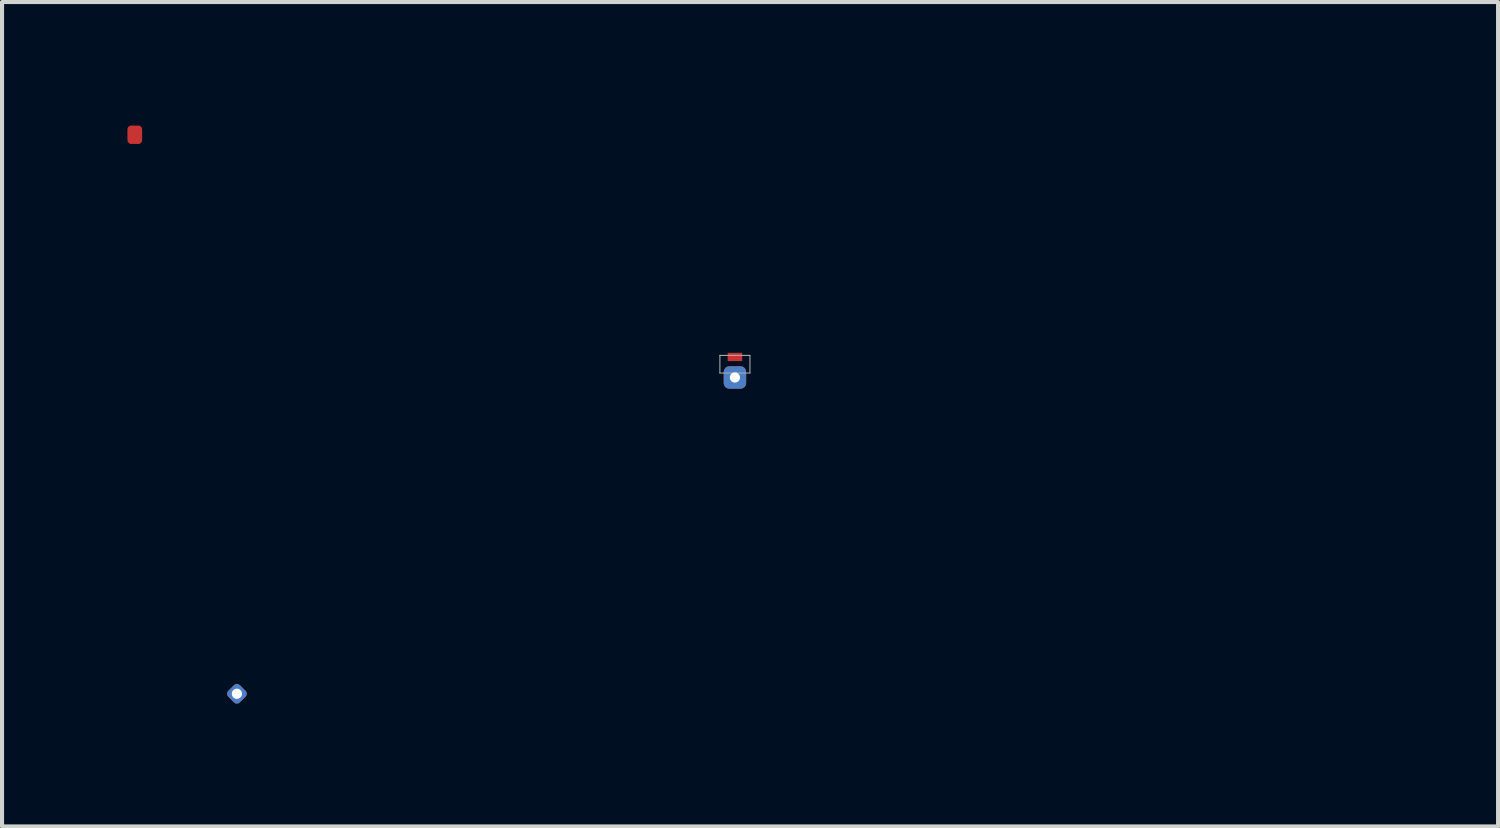
<source format=kicad_pcb>
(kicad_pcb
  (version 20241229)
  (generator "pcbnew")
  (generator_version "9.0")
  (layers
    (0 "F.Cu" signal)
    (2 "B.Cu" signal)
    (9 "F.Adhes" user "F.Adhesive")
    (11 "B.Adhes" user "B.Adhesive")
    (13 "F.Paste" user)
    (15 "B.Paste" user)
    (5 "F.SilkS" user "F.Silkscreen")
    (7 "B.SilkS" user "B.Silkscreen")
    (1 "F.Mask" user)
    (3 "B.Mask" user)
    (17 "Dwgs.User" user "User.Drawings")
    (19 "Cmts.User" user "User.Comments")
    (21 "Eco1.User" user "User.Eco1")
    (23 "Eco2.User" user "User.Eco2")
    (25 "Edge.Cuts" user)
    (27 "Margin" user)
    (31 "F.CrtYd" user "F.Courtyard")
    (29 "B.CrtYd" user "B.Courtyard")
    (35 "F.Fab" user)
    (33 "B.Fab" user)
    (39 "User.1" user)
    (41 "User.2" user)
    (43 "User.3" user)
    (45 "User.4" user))
  (footprint "LED_APG0603SEC-E-TT_KNB - with via"
    (layer "F.Cu")
    (at 14.945 5.868)
    (property "Reference" "LED_APG0603SEC-E-TT_KNB - with via" (at 0.37 -1.52 0) (unlocked yes) (layer "User.3") (effects (font (size 1 1) (thickness 0.15))))
    (attr smd)
    (fp_line (start -0.368 -0.216) (end -0.368 0.216) (stroke (width 0.025) (type solid)) (layer "F.Fab"))
    (fp_line (start -0.368 0.216) (end 0.368 0.216) (stroke (width 0.025) (type solid)) (layer "F.Fab"))
    (fp_line (start 0.368 -0.216) (end -0.368 -0.216) (stroke (width 0.025) (type solid)) (layer "F.Fab"))
    (fp_line (start 0.368 0.216) (end 0.368 -0.216) (stroke (width 0.025) (type solid)) (layer "F.Fab"))
    (pad "" smd rect (at 0 0.178 270) (size 0.203 0.356) (layers "F.Mask" "F.Paste"))
    (pad "1" smd rect (at 0 -0.178 270) (size 0.203 0.356) (layers "F.Cu" "F.Mask" "F.Paste"))
    (pad "2" thru_hole roundrect (at 0 0.325 90) (size 0.55 0.55) (drill 0.25) (layers "*.Cu") (roundrect_rratio 0.25)))
  (footprint "Column Via"
    (layer "F.Cu")
    (at 0.25 0.25)
    (property "Reference" "Column Via" (at 0 -0.5 0) (unlocked yes) (layer "User.5") (effects (font (size 1 1) (thickness 0.15))))
    (attr through_hole)
    (pad "1" smd roundrect (at 0 0) (size 0.36 0.45) (layers "F.Cu" "F.Mask" "F.Paste") (roundrect_rratio 0.25)))
  (footprint "Row Via"
    (layer "F.Cu")
    (at 2.671 13.937)
    (property "Reference" "Row Via" (at 0.43 -3.62 0) (unlocked yes) (layer "User.4") (effects (font (size 1 1) (thickness 0.15))))
    (attr through_hole)
    (pad "1" thru_hole roundrect (at 0.08 0 45) (size 0.4 0.4) (drill 0.25) (layers "*.Cu" "B.Mask" "B.Paste") (roundrect_rratio 0.25)))
  (gr_rect
    (start -3 -3)
    (end 33.631 17.186)
    (stroke (width 0.1) (type default))
    (fill no)
    (layer "Edge.Cuts")))
</source>
